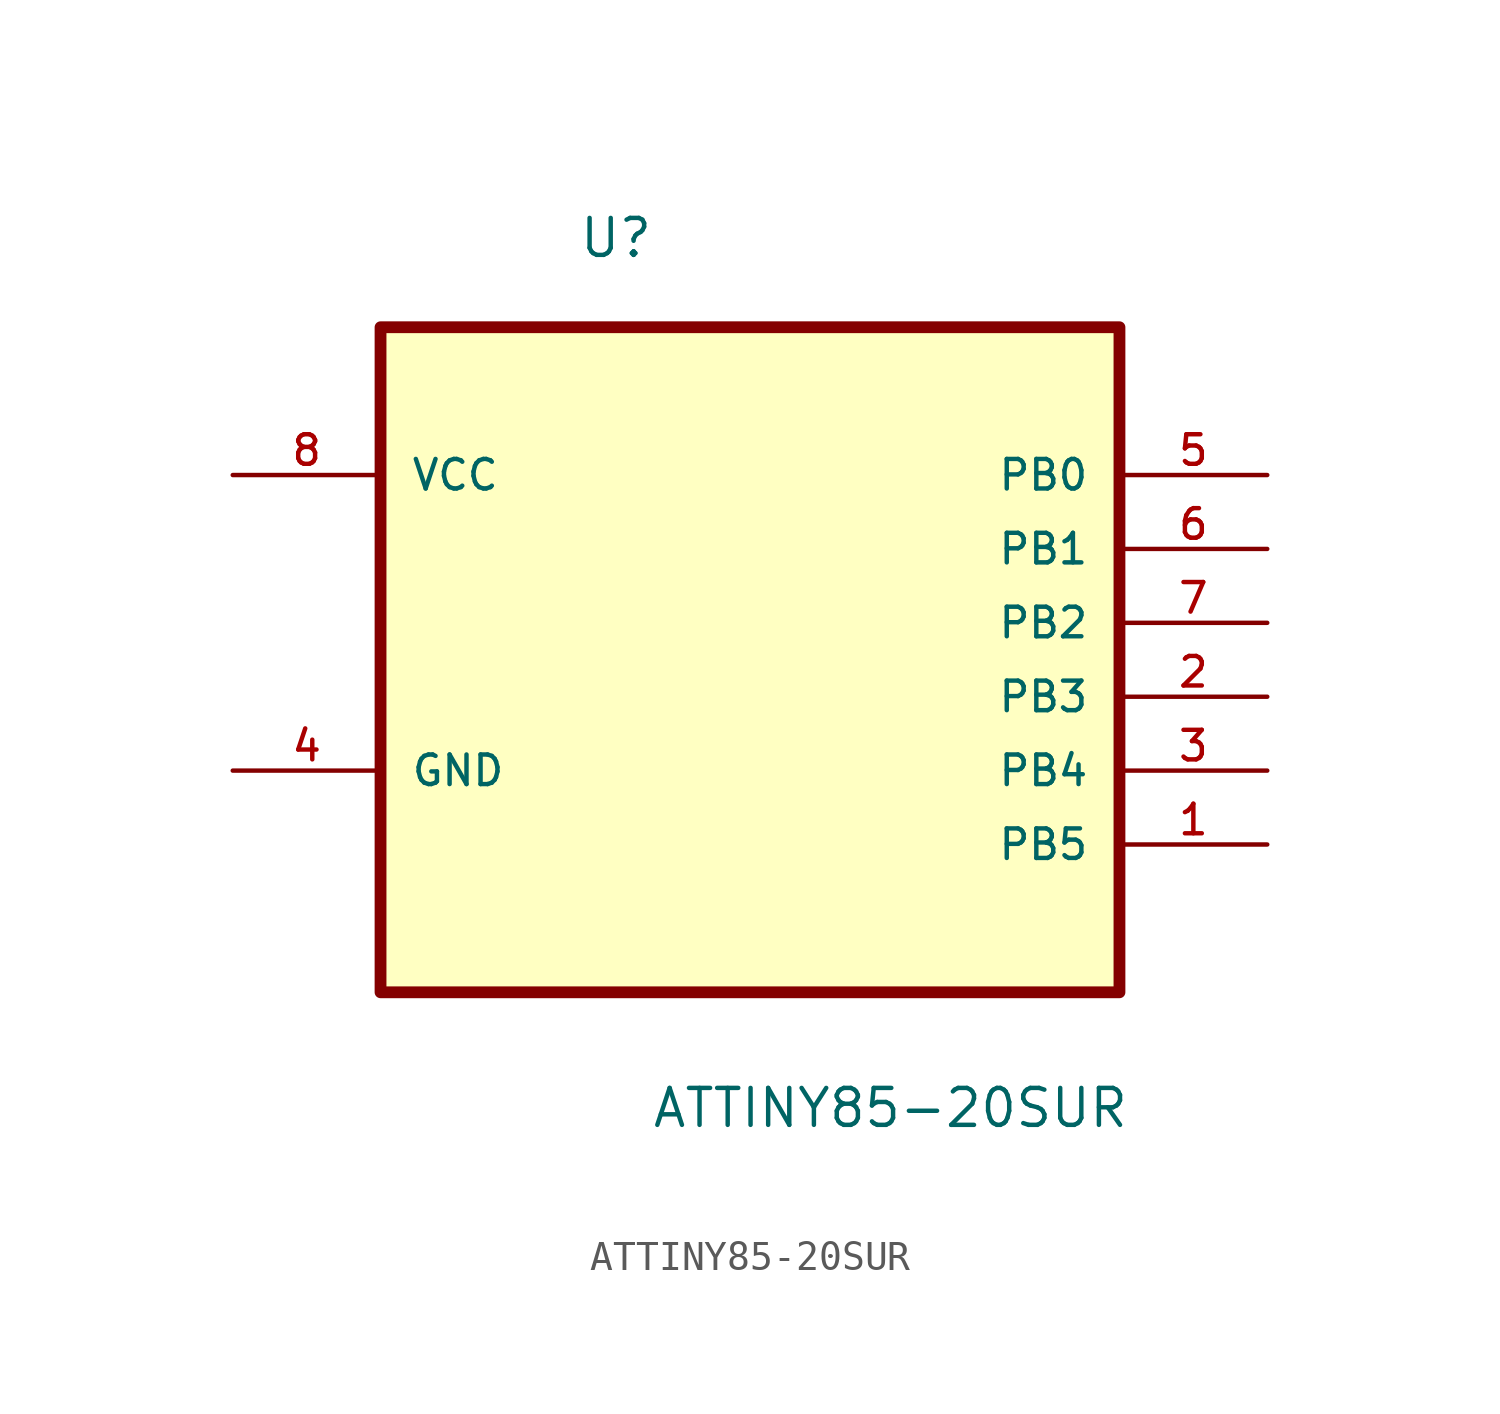
<source format=kicad_sym>
(kicad_symbol_lib
  (version 20211014)
  (generator kicad_symbol_editor)
  (symbol "ATTINY85-20SUR"
    (pin_names
      (offset 1.016))
    (property "Reference" "U"
      (at -5.916 9.945 0.0)
      (effects (font (size 1.27 1.27)) (justify bottom left)))
    (property "Value" "ATTINY85-20SUR"
      (at -3.407 -19.96 0.0)
      (effects (font (size 1.27 1.27)) (justify bottom left)))
    (symbol "ATTINY85-20SUR_0_0"
      (rectangle (start -12.7 -15.24) (end 12.7 7.62) (stroke (width 0.406)) (fill (type background)))
      (pin power_in line (at -17.78 2.54 0) (length 5.08) (name "VCC" (effects (font (size 1.016 1.016)))) (number "8" (effects (font (size 1.016 1.016)))))
      (pin passive line (at -17.78 -7.62 0) (length 5.08) (name "GND" (effects (font (size 1.016 1.016)))) (number "4" (effects (font (size 1.016 1.016)))))
      (pin bidirectional line (at 17.78 2.54 180.0) (length 5.08) (name "PB0" (effects (font (size 1.016 1.016)))) (number "5" (effects (font (size 1.016 1.016)))))
      (pin bidirectional line (at 17.78 0.0 180.0) (length 5.08) (name "PB1" (effects (font (size 1.016 1.016)))) (number "6" (effects (font (size 1.016 1.016)))))
      (pin bidirectional line (at 17.78 -2.54 180.0) (length 5.08) (name "PB2" (effects (font (size 1.016 1.016)))) (number "7" (effects (font (size 1.016 1.016)))))
      (pin bidirectional line (at 17.78 -5.08 180.0) (length 5.08) (name "PB3" (effects (font (size 1.016 1.016)))) (number "2" (effects (font (size 1.016 1.016)))))
      (pin bidirectional line (at 17.78 -7.62 180.0) (length 5.08) (name "PB4" (effects (font (size 1.016 1.016)))) (number "3" (effects (font (size 1.016 1.016)))))
      (pin bidirectional line (at 17.78 -10.16 180.0) (length 5.08) (name "PB5" (effects (font (size 1.016 1.016)))) (number "1" (effects (font (size 1.016 1.016))))))))
</source>
